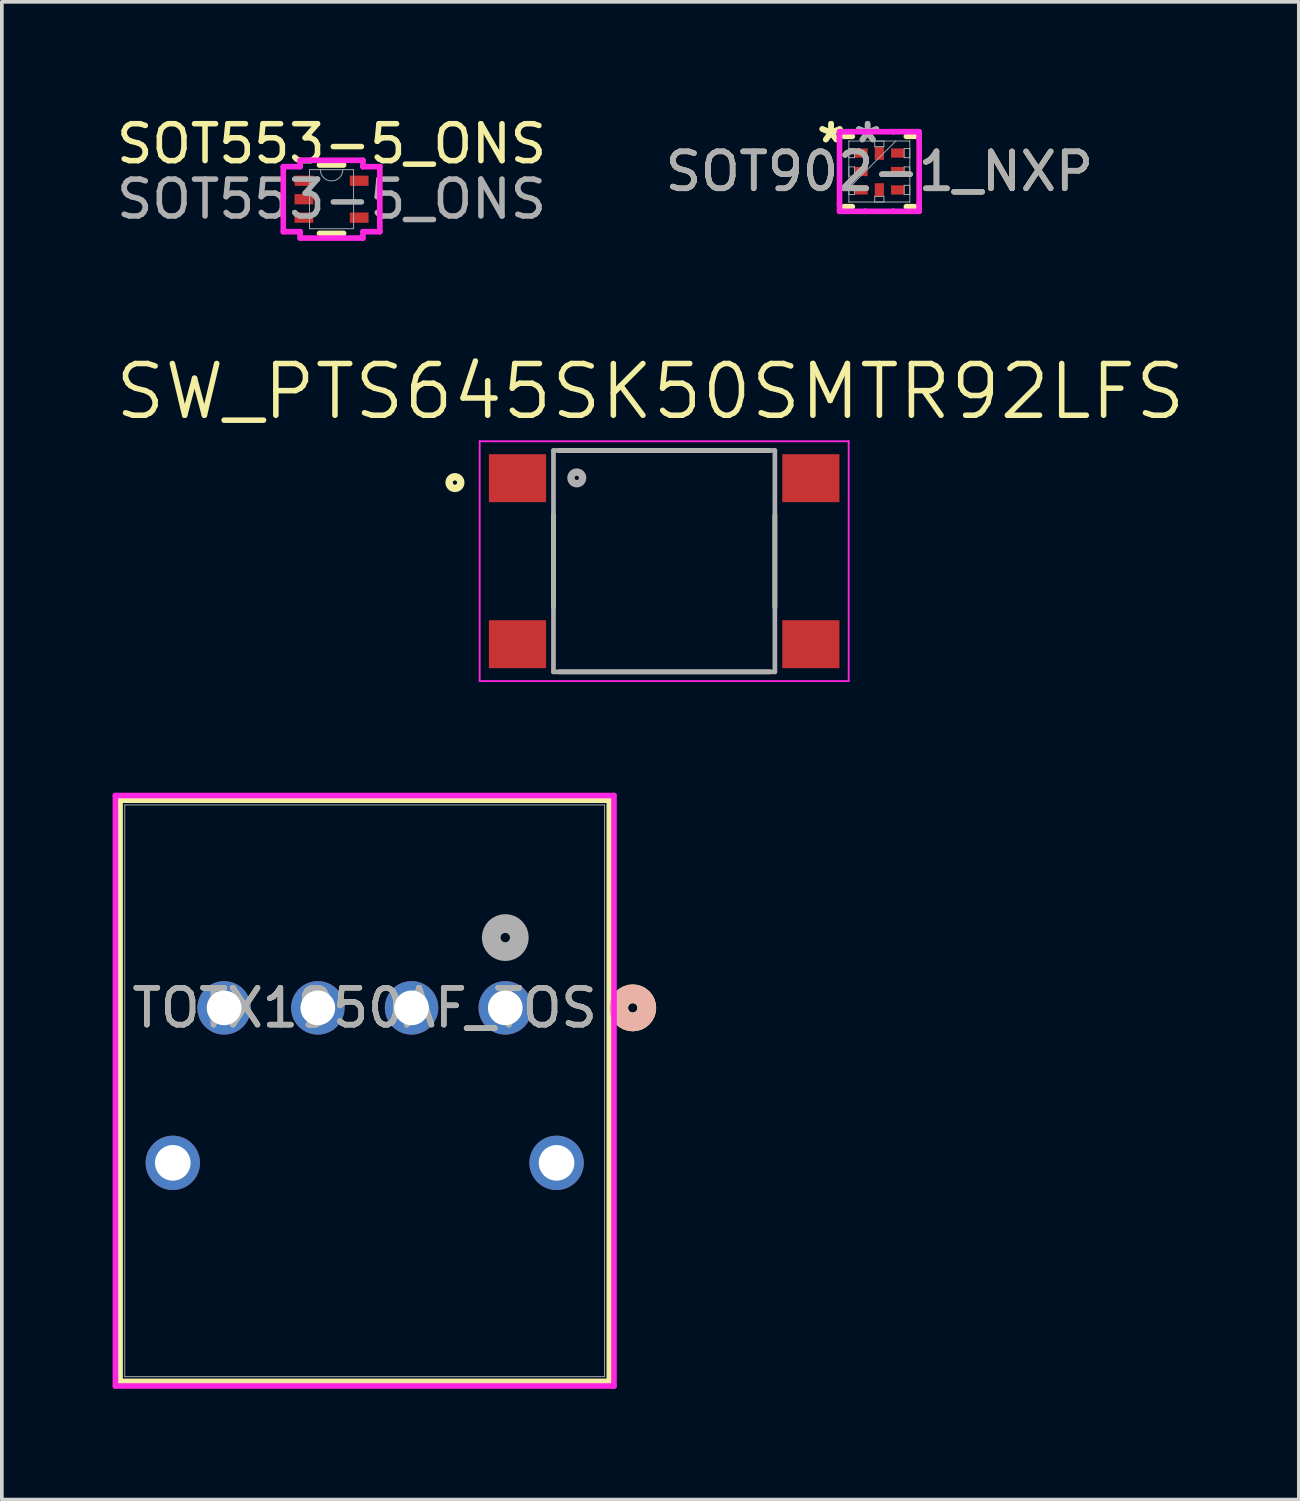
<source format=kicad_pcb>
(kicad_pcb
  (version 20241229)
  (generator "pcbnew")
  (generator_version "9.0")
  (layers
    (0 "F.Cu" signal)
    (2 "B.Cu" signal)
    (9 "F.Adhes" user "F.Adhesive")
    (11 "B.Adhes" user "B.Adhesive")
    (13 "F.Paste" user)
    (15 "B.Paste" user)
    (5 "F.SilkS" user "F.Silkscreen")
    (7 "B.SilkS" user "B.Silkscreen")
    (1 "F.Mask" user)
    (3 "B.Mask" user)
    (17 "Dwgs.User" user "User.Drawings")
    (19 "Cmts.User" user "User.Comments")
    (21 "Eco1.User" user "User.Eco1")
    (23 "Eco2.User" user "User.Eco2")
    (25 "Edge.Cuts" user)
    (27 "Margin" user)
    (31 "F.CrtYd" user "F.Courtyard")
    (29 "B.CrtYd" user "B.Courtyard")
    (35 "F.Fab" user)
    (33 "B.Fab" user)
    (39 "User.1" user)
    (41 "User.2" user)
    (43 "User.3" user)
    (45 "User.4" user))
  (footprint "TOTX1950AF_TOS"
    (layer "F.Cu")
    (at 10.643 24.263)
    (property "Reference" "TOTX1950AF_TOS" (at -3.81 0 0) (unlocked yes) (layer "F.SilkS") (effects (font (size 1 1) (thickness 0.15))))
    (attr through_hole)
    (fp_line (start -10.439 -5.627) (end -10.439 10.121) (stroke (width 0.152) (type solid)) (layer "F.SilkS"))
    (fp_line (start -10.439 10.121) (end 2.819 10.121) (stroke (width 0.152) (type solid)) (layer "F.SilkS"))
    (fp_line (start 2.819 -5.627) (end -10.439 -5.627) (stroke (width 0.152) (type solid)) (layer "F.SilkS"))
    (fp_line (start 2.819 10.121) (end 2.819 -5.627) (stroke (width 0.152) (type solid)) (layer "F.SilkS"))
    (fp_circle (center 3.454 0) (end 3.835 0) (stroke (width 0.508) (type solid)) (fill no) (layer "F.SilkS"))
    (fp_circle (center 3.454 0) (end 3.835 0) (stroke (width 0.508) (type solid)) (fill no) (layer "B.SilkS"))
    (fp_line (start -10.566 -5.754) (end -10.566 10.248) (stroke (width 0.152) (type solid)) (layer "F.CrtYd"))
    (fp_line (start -10.566 10.248) (end 2.946 10.248) (stroke (width 0.152) (type solid)) (layer "F.CrtYd"))
    (fp_line (start 2.946 -5.754) (end -10.566 -5.754) (stroke (width 0.152) (type solid)) (layer "F.CrtYd"))
    (fp_line (start 2.946 10.248) (end 2.946 -5.754) (stroke (width 0.152) (type solid)) (layer "F.CrtYd"))
    (fp_line (start -10.312 -5.5) (end -10.312 9.994) (stroke (width 0.025) (type solid)) (layer "F.Fab"))
    (fp_line (start -10.312 9.994) (end 2.692 9.994) (stroke (width 0.025) (type solid)) (layer "F.Fab"))
    (fp_line (start 2.692 -5.5) (end -10.312 -5.5) (stroke (width 0.025) (type solid)) (layer "F.Fab"))
    (fp_line (start 2.692 9.994) (end 2.692 -5.5) (stroke (width 0.025) (type solid)) (layer "F.Fab"))
    (fp_circle (center 0 -1.905) (end 0.381 -1.905) (stroke (width 0.508) (type solid)) (fill no) (layer "F.Fab"))
    (fp_text user "${REFERENCE}" (at -3.81 0 0) (unlocked yes) (layer "F.Fab") (effects (font (size 1 1) (thickness 0.15))))
    (pad "1" thru_hole circle (at 0 0) (size 1.448 1.448) (drill 0.94) (layers "*.Cu" "*.Mask"))
    (pad "2" thru_hole circle (at -2.54 0) (size 1.448 1.448) (drill 0.94) (layers "*.Cu" "*.Mask"))
    (pad "3" thru_hole circle (at -5.08 0) (size 1.448 1.448) (drill 0.94) (layers "*.Cu" "*.Mask"))
    (pad "4" thru_hole circle (at -7.62 0) (size 1.448 1.448) (drill 0.94) (layers "*.Cu" "*.Mask"))
    (pad "5" thru_hole circle (at -9.01 4.2) (size 1.473 1.473) (drill 0.965) (layers "*.Cu" "*.Mask"))
    (pad "6" thru_hole circle (at 1.39 4.2) (size 1.473 1.473) (drill 0.965) (layers "*.Cu" "*.Mask")))
  (footprint "SOT902-1_NXP"
    (layer "F.Cu")
    (at 20.78 1.598)
    (property "Reference" "SOT902-1_NXP" (at 0 0 0) (unlocked yes) (layer "F.SilkS") (effects (font (size 1 1) (thickness 0.15))))
    (attr smd)
    (fp_line (start -0.953 0.953) (end -0.732 0.953) (stroke (width 0.152) (type solid)) (layer "F.SilkS"))
    (fp_line (start -0.732 -0.953) (end -0.953 -0.953) (stroke (width 0.152) (type solid)) (layer "F.SilkS"))
    (fp_line (start 0.732 0.953) (end 0.953 0.953) (stroke (width 0.152) (type solid)) (layer "F.SilkS"))
    (fp_line (start 0.953 -0.953) (end 0.732 -0.953) (stroke (width 0.152) (type solid)) (layer "F.SilkS"))
    (fp_line (start -1.079 -1.079) (end -0.379 -1.079) (stroke (width 0.152) (type solid)) (layer "F.CrtYd"))
    (fp_line (start -1.079 -0.879) (end -1.079 -1.079) (stroke (width 0.152) (type solid)) (layer "F.CrtYd"))
    (fp_line (start -1.079 -0.879) (end -1.079 -0.879) (stroke (width 0.152) (type solid)) (layer "F.CrtYd"))
    (fp_line (start -1.079 0.879) (end -1.079 -0.879) (stroke (width 0.152) (type solid)) (layer "F.CrtYd"))
    (fp_line (start -1.079 0.879) (end -1.079 0.879) (stroke (width 0.152) (type solid)) (layer "F.CrtYd"))
    (fp_line (start -1.079 1.079) (end -1.079 0.879) (stroke (width 0.152) (type solid)) (layer "F.CrtYd"))
    (fp_line (start -0.379 -1.079) (end -0.379 -1.079) (stroke (width 0.152) (type solid)) (layer "F.CrtYd"))
    (fp_line (start -0.379 -1.079) (end 0.379 -1.079) (stroke (width 0.152) (type solid)) (layer "F.CrtYd"))
    (fp_line (start -0.379 1.079) (end -1.079 1.079) (stroke (width 0.152) (type solid)) (layer "F.CrtYd"))
    (fp_line (start -0.379 1.079) (end -0.379 1.079) (stroke (width 0.152) (type solid)) (layer "F.CrtYd"))
    (fp_line (start 0.379 -1.079) (end 0.379 -1.079) (stroke (width 0.152) (type solid)) (layer "F.CrtYd"))
    (fp_line (start 0.379 -1.079) (end 1.079 -1.079) (stroke (width 0.152) (type solid)) (layer "F.CrtYd"))
    (fp_line (start 0.379 1.079) (end -0.379 1.079) (stroke (width 0.152) (type solid)) (layer "F.CrtYd"))
    (fp_line (start 0.379 1.079) (end 0.379 1.079) (stroke (width 0.152) (type solid)) (layer "F.CrtYd"))
    (fp_line (start 1.079 -1.079) (end 1.079 -0.879) (stroke (width 0.152) (type solid)) (layer "F.CrtYd"))
    (fp_line (start 1.079 -0.879) (end 1.079 -0.879) (stroke (width 0.152) (type solid)) (layer "F.CrtYd"))
    (fp_line (start 1.079 -0.879) (end 1.079 0.879) (stroke (width 0.152) (type solid)) (layer "F.CrtYd"))
    (fp_line (start 1.079 0.879) (end 1.079 0.879) (stroke (width 0.152) (type solid)) (layer "F.CrtYd"))
    (fp_line (start 1.079 0.879) (end 1.079 1.079) (stroke (width 0.152) (type solid)) (layer "F.CrtYd"))
    (fp_line (start 1.079 1.079) (end 0.379 1.079) (stroke (width 0.152) (type solid)) (layer "F.CrtYd"))
    (fp_line (start -0.826 -0.826) (end -0.826 -0.826) (stroke (width 0.025) (type solid)) (layer "F.Fab"))
    (fp_line (start -0.826 -0.826) (end -0.826 0.826) (stroke (width 0.025) (type solid)) (layer "F.Fab"))
    (fp_line (start -0.826 -0.625) (end -0.673 -0.625) (stroke (width 0.025) (type solid)) (layer "F.Fab"))
    (fp_line (start -0.826 -0.375) (end -0.826 -0.625) (stroke (width 0.025) (type solid)) (layer "F.Fab"))
    (fp_line (start -0.826 -0.125) (end -0.673 -0.125) (stroke (width 0.025) (type solid)) (layer "F.Fab"))
    (fp_line (start -0.826 0.125) (end -0.826 -0.125) (stroke (width 0.025) (type solid)) (layer "F.Fab"))
    (fp_line (start -0.826 0.375) (end -0.673 0.375) (stroke (width 0.025) (type solid)) (layer "F.Fab"))
    (fp_line (start -0.826 0.445) (end 0.445 -0.826) (stroke (width 0.025) (type solid)) (layer "F.Fab"))
    (fp_line (start -0.826 0.625) (end -0.826 0.375) (stroke (width 0.025) (type solid)) (layer "F.Fab"))
    (fp_line (start -0.826 0.826) (end -0.826 0.826) (stroke (width 0.025) (type solid)) (layer "F.Fab"))
    (fp_line (start -0.826 0.826) (end 0.826 0.826) (stroke (width 0.025) (type solid)) (layer "F.Fab"))
    (fp_line (start -0.673 -0.625) (end -0.673 -0.375) (stroke (width 0.025) (type solid)) (layer "F.Fab"))
    (fp_line (start -0.673 -0.375) (end -0.826 -0.375) (stroke (width 0.025) (type solid)) (layer "F.Fab"))
    (fp_line (start -0.673 -0.125) (end -0.673 0.125) (stroke (width 0.025) (type solid)) (layer "F.Fab"))
    (fp_line (start -0.673 0.125) (end -0.826 0.125) (stroke (width 0.025) (type solid)) (layer "F.Fab"))
    (fp_line (start -0.673 0.375) (end -0.673 0.625) (stroke (width 0.025) (type solid)) (layer "F.Fab"))
    (fp_line (start -0.673 0.625) (end -0.826 0.625) (stroke (width 0.025) (type solid)) (layer "F.Fab"))
    (fp_line (start -0.125 -0.826) (end 0.125 -0.826) (stroke (width 0.025) (type solid)) (layer "F.Fab"))
    (fp_line (start -0.125 -0.673) (end -0.125 -0.826) (stroke (width 0.025) (type solid)) (layer "F.Fab"))
    (fp_line (start -0.125 0.673) (end 0.125 0.673) (stroke (width 0.025) (type solid)) (layer "F.Fab"))
    (fp_line (start -0.125 0.826) (end -0.125 0.673) (stroke (width 0.025) (type solid)) (layer "F.Fab"))
    (fp_line (start 0.125 -0.826) (end 0.125 -0.673) (stroke (width 0.025) (type solid)) (layer "F.Fab"))
    (fp_line (start 0.125 -0.673) (end -0.125 -0.673) (stroke (width 0.025) (type solid)) (layer "F.Fab"))
    (fp_line (start 0.125 0.673) (end 0.125 0.826) (stroke (width 0.025) (type solid)) (layer "F.Fab"))
    (fp_line (start 0.125 0.826) (end -0.125 0.826) (stroke (width 0.025) (type solid)) (layer "F.Fab"))
    (fp_line (start 0.673 -0.625) (end 0.826 -0.625) (stroke (width 0.025) (type solid)) (layer "F.Fab"))
    (fp_line (start 0.673 -0.375) (end 0.673 -0.625) (stroke (width 0.025) (type solid)) (layer "F.Fab"))
    (fp_line (start 0.673 -0.125) (end 0.826 -0.125) (stroke (width 0.025) (type solid)) (layer "F.Fab"))
    (fp_line (start 0.673 0.125) (end 0.673 -0.125) (stroke (width 0.025) (type solid)) (layer "F.Fab"))
    (fp_line (start 0.673 0.375) (end 0.826 0.375) (stroke (width 0.025) (type solid)) (layer "F.Fab"))
    (fp_line (start 0.673 0.625) (end 0.673 0.375) (stroke (width 0.025) (type solid)) (layer "F.Fab"))
    (fp_line (start 0.826 -0.826) (end -0.826 -0.826) (stroke (width 0.025) (type solid)) (layer "F.Fab"))
    (fp_line (start 0.826 -0.826) (end 0.826 -0.826) (stroke (width 0.025) (type solid)) (layer "F.Fab"))
    (fp_line (start 0.826 -0.625) (end 0.826 -0.375) (stroke (width 0.025) (type solid)) (layer "F.Fab"))
    (fp_line (start 0.826 -0.375) (end 0.673 -0.375) (stroke (width 0.025) (type solid)) (layer "F.Fab"))
    (fp_line (start 0.826 -0.125) (end 0.826 0.125) (stroke (width 0.025) (type solid)) (layer "F.Fab"))
    (fp_line (start 0.826 0.125) (end 0.673 0.125) (stroke (width 0.025) (type solid)) (layer "F.Fab"))
    (fp_line (start 0.826 0.375) (end 0.826 0.625) (stroke (width 0.025) (type solid)) (layer "F.Fab"))
    (fp_line (start 0.826 0.625) (end 0.673 0.625) (stroke (width 0.025) (type solid)) (layer "F.Fab"))
    (fp_line (start 0.826 0.826) (end 0.826 -0.826) (stroke (width 0.025) (type solid)) (layer "F.Fab"))
    (fp_line (start 0.826 0.826) (end 0.826 0.826) (stroke (width 0.025) (type solid)) (layer "F.Fab"))
    (fp_text user "*" (at -1.308 -0.75 0) (unlocked yes) (layer "F.SilkS") (effects (font (size 1 1) (thickness 0.15))))
    (fp_text user "*" (at -1.308 -0.75 0) (layer "F.SilkS") (effects (font (size 1 1) (thickness 0.15))))
    (fp_text user "*" (at -0.318 -0.75 0) (unlocked yes) (layer "F.Fab") (effects (font (size 1 1) (thickness 0.15))))
    (fp_text user "${REFERENCE}" (at 0 0 0) (unlocked yes) (layer "F.Fab") (effects (font (size 1 1) (thickness 0.15))))
    (fp_text user "*" (at -0.318 -0.75 0) (layer "F.Fab") (effects (font (size 1 1) (thickness 0.15))))
    (pad "1" smd rect (at -0.495 -0.5 90) (size 0.25 0.356) (layers "F.Cu" "F.Mask" "F.Paste"))
    (pad "2" smd rect (at -0.495 0 90) (size 0.25 0.356) (layers "F.Cu" "F.Mask" "F.Paste"))
    (pad "3" smd rect (at -0.495 0.5 90) (size 0.25 0.356) (layers "F.Cu" "F.Mask" "F.Paste"))
    (pad "4" smd rect (at 0 0.495) (size 0.25 0.356) (layers "F.Cu" "F.Mask" "F.Paste"))
    (pad "5" smd rect (at 0.495 0.5 90) (size 0.25 0.356) (layers "F.Cu" "F.Mask" "F.Paste"))
    (pad "6" smd rect (at 0.495 0 90) (size 0.25 0.356) (layers "F.Cu" "F.Mask" "F.Paste"))
    (pad "7" smd rect (at 0.495 -0.5 90) (size 0.25 0.356) (layers "F.Cu" "F.Mask" "F.Paste"))
    (pad "8" smd rect (at 0 -0.495) (size 0.25 0.356) (layers "F.Cu" "F.Mask" "F.Paste")))
  (footprint "SW_PTS645SK50SMTR92LFS"
    (layer "F.Cu")
    (at 14.949 12.158)
    (property "Reference" "SW_PTS645SK50SMTR92LFS" (at -0.376 -4.596 0) (layer "F.SilkS") (effects (font (size 1.402 1.402) (thickness 0.15))))
    (attr smd)
    (fp_line (start -3 -1.25) (end -3 1.25) (stroke (width 0.127) (type solid)) (layer "F.SilkS"))
    (fp_line (start -2.85 -3) (end 2.85 -3) (stroke (width 0.127) (type solid)) (layer "F.SilkS"))
    (fp_line (start -2.85 3) (end 2.85 3) (stroke (width 0.127) (type solid)) (layer "F.SilkS"))
    (fp_line (start 3 -1.25) (end 3 1.25) (stroke (width 0.127) (type solid)) (layer "F.SilkS"))
    (fp_circle (center -5.67 -2.13) (end -5.512 -2.13) (stroke (width 0.2) (type solid)) (fill no) (layer "F.SilkS"))
    (fp_line (start -5 -3.25) (end 5 -3.25) (stroke (width 0.05) (type solid)) (layer "F.CrtYd"))
    (fp_line (start -5 3.25) (end -5 -3.25) (stroke (width 0.05) (type solid)) (layer "F.CrtYd"))
    (fp_line (start 5 -3.25) (end 5 3.25) (stroke (width 0.05) (type solid)) (layer "F.CrtYd"))
    (fp_line (start 5 3.25) (end -5 3.25) (stroke (width 0.05) (type solid)) (layer "F.CrtYd"))
    (fp_line (start -3 -3) (end 3 -3) (stroke (width 0.127) (type solid)) (layer "F.Fab"))
    (fp_line (start -3 3) (end -3 -3) (stroke (width 0.127) (type solid)) (layer "F.Fab"))
    (fp_line (start 3 -3) (end 3 3) (stroke (width 0.127) (type solid)) (layer "F.Fab"))
    (fp_line (start 3 3) (end -3 3) (stroke (width 0.127) (type solid)) (layer "F.Fab"))
    (fp_circle (center -2.368 -2.257) (end -2.21 -2.257) (stroke (width 0.2) (type solid)) (fill no) (layer "F.Fab"))
    (pad "1" smd rect (at -3.975 -2.25) (size 1.55 1.3) (layers "F.Cu" "F.Mask" "F.Paste"))
    (pad "2" smd rect (at 3.975 -2.25) (size 1.55 1.3) (layers "F.Cu" "F.Mask" "F.Paste"))
    (pad "3" smd rect (at -3.975 2.25) (size 1.55 1.3) (layers "F.Cu" "F.Mask" "F.Paste"))
    (pad "4" smd rect (at 3.975 2.25) (size 1.55 1.3) (layers "F.Cu" "F.Mask" "F.Paste")))
  (footprint "SOT553-5_ONS"
    (layer "F.Cu")
    (at 5.935 2.348)
    (property "Reference" "SOT553-5_ONS" (at 0 -1.5 0) (unlocked yes) (layer "F.SilkS") (effects (font (size 1 1) (thickness 0.15))))
    (attr smd)
    (fp_line (start -0.327 0.927) (end 0.327 0.927) (stroke (width 0.152) (type solid)) (layer "F.SilkS"))
    (fp_line (start 0.327 -0.927) (end -0.327 -0.927) (stroke (width 0.152) (type solid)) (layer "F.SilkS"))
    (fp_line (start -1.308 -0.881) (end -0.851 -0.881) (stroke (width 0.152) (type solid)) (layer "F.CrtYd"))
    (fp_line (start -1.308 0.881) (end -1.308 -0.881) (stroke (width 0.152) (type solid)) (layer "F.CrtYd"))
    (fp_line (start -0.851 -1.054) (end 0.851 -1.054) (stroke (width 0.152) (type solid)) (layer "F.CrtYd"))
    (fp_line (start -0.851 -0.881) (end -0.851 -1.054) (stroke (width 0.152) (type solid)) (layer "F.CrtYd"))
    (fp_line (start -0.851 0.881) (end -1.308 0.881) (stroke (width 0.152) (type solid)) (layer "F.CrtYd"))
    (fp_line (start -0.851 1.054) (end -0.851 0.881) (stroke (width 0.152) (type solid)) (layer "F.CrtYd"))
    (fp_line (start 0.851 -1.054) (end 0.851 -0.881) (stroke (width 0.152) (type solid)) (layer "F.CrtYd"))
    (fp_line (start 0.851 -0.881) (end 1.308 -0.881) (stroke (width 0.152) (type solid)) (layer "F.CrtYd"))
    (fp_line (start 0.851 0.881) (end 0.851 1.054) (stroke (width 0.152) (type solid)) (layer "F.CrtYd"))
    (fp_line (start 0.851 1.054) (end -0.851 1.054) (stroke (width 0.152) (type solid)) (layer "F.CrtYd"))
    (fp_line (start 1.308 -0.881) (end 1.308 0.881) (stroke (width 0.152) (type solid)) (layer "F.CrtYd"))
    (fp_line (start 1.308 0.881) (end 0.851 0.881) (stroke (width 0.152) (type solid)) (layer "F.CrtYd"))
    (fp_line (start -0.597 -0.8) (end -0.597 0.8) (stroke (width 0.025) (type solid)) (layer "F.Fab"))
    (fp_line (start -0.597 0.8) (end 0.597 0.8) (stroke (width 0.025) (type solid)) (layer "F.Fab"))
    (fp_line (start 0.597 -0.8) (end -0.597 -0.8) (stroke (width 0.025) (type solid)) (layer "F.Fab"))
    (fp_line (start 0.597 0.8) (end 0.597 -0.8) (stroke (width 0.025) (type solid)) (layer "F.Fab"))
    (fp_arc (start 0.3048 -0.8001) (mid 0 -0.4953) (end -0.3048 -0.8001) (stroke (width 0.0254) (type solid)) (layer "F.Fab"))
    (fp_circle (center -0.495 -0.5) (end -0.495 -0.5) (stroke (width 0.025) (type solid)) (fill no) (layer "F.Fab"))
    (fp_text user "${REFERENCE}" (at 0 0 0) (unlocked yes) (layer "F.Fab") (effects (font (size 1 1) (thickness 0.15))))
    (pad "1" smd rect (at -0.749 -0.5) (size 0.508 0.279) (layers "F.Cu" "F.Mask" "F.Paste"))
    (pad "2" smd rect (at -0.749 0) (size 0.508 0.279) (layers "F.Cu" "F.Mask" "F.Paste"))
    (pad "3" smd rect (at -0.749 0.5) (size 0.508 0.279) (layers "F.Cu" "F.Mask" "F.Paste"))
    (pad "4" smd rect (at 0.749 0.5) (size 0.508 0.279) (layers "F.Cu" "F.Mask" "F.Paste"))
    (pad "5" smd rect (at 0.749 -0.5) (size 0.508 0.279) (layers "F.Cu" "F.Mask" "F.Paste")))
  (gr_rect
    (start -3 -3)
    (end 32.148 37.588)
    (stroke (width 0.1) (type default))
    (fill no)
    (layer "Edge.Cuts")))
</source>
